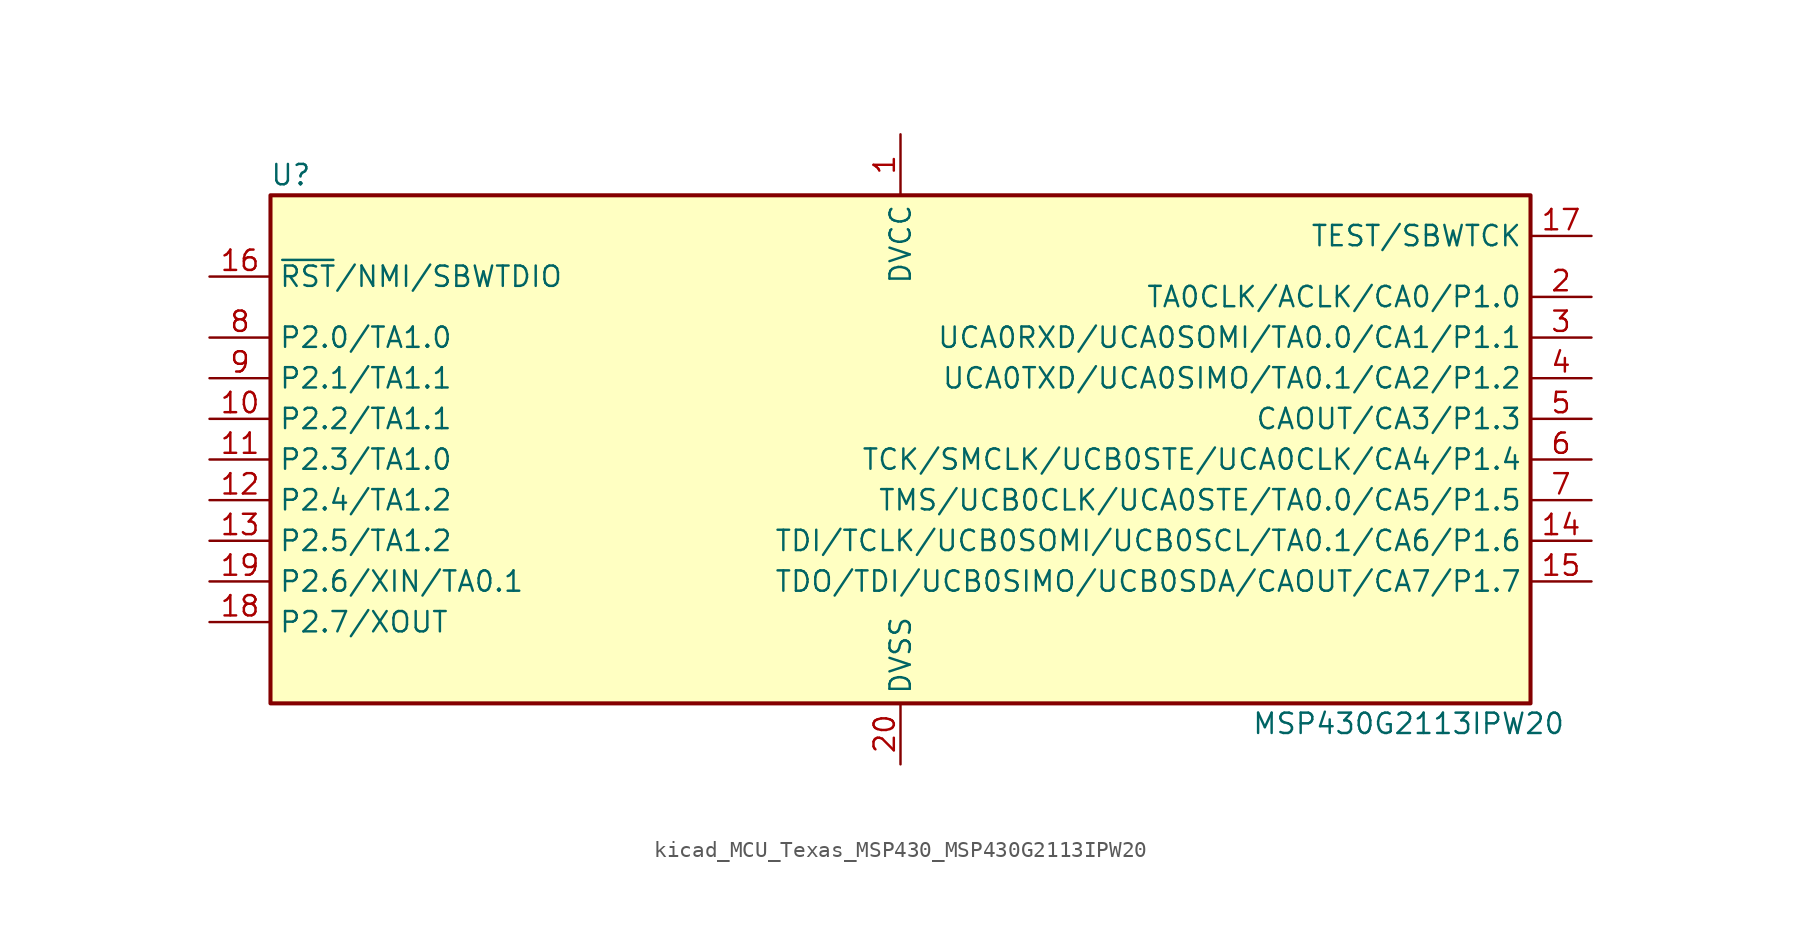
<source format=kicad_sym>
(kicad_symbol_lib
  (version 20220914)
  (generator kicad_symbol_editor)
  (symbol "kicad_MCU_Texas_MSP430_MSP430G2113IPW20"
    (property "Reference" "U"
      (at -38.1 17.78 0)
      (effects (font (size 1.27 1.27))))
    (property "Value" "MSP430G2113IPW20"
      (at 31.75 -16.51 0)
      (effects (font (size 1.27 1.27))))
    (symbol "kicad_MCU_Texas_MSP430_MSP430G2113IPW20_0_1"
      (rectangle (start -39.37 16.51) (end 39.37 -15.24) (stroke (width 0.254) (type default)) (fill (type background))))
    (symbol "kicad_MCU_Texas_MSP430_MSP430G2113IPW20_1_1"
      (pin power_in line (at 0 20.32 270) (length 3.81) (name "DVCC" (effects (font (size 1.27 1.27)))) (number "1" (effects (font (size 1.27 1.27)))))
      (pin bidirectional line (at -43.18 2.54 0) (length 3.81) (name "P2.2/TA1.1" (effects (font (size 1.27 1.27)))) (number "10" (effects (font (size 1.27 1.27)))))
      (pin bidirectional line (at -43.18 0 0) (length 3.81) (name "P2.3/TA1.0" (effects (font (size 1.27 1.27)))) (number "11" (effects (font (size 1.27 1.27)))))
      (pin bidirectional line (at -43.18 -2.54 0) (length 3.81) (name "P2.4/TA1.2" (effects (font (size 1.27 1.27)))) (number "12" (effects (font (size 1.27 1.27)))))
      (pin bidirectional line (at -43.18 -5.08 0) (length 3.81) (name "P2.5/TA1.2" (effects (font (size 1.27 1.27)))) (number "13" (effects (font (size 1.27 1.27)))))
      (pin bidirectional line (at 43.18 -5.08 180) (length 3.81) (name "TDI/TCLK/UCB0SOMI/UCB0SCL/TA0.1/CA6/P1.6" (effects (font (size 1.27 1.27)))) (number "14" (effects (font (size 1.27 1.27)))))
      (pin bidirectional line (at 43.18 -7.62 180) (length 3.81) (name "TDO/TDI/UCB0SIMO/UCB0SDA/CAOUT/CA7/P1.7" (effects (font (size 1.27 1.27)))) (number "15" (effects (font (size 1.27 1.27)))))
      (pin input line (at -43.18 11.43 0) (length 3.81) (name "~{RST}/NMI/SBWTDIO" (effects (font (size 1.27 1.27)))) (number "16" (effects (font (size 1.27 1.27)))))
      (pin input line (at 43.18 13.97 180) (length 3.81) (name "TEST/SBWTCK" (effects (font (size 1.27 1.27)))) (number "17" (effects (font (size 1.27 1.27)))))
      (pin bidirectional line (at -43.18 -10.16 0) (length 3.81) (name "P2.7/XOUT" (effects (font (size 1.27 1.27)))) (number "18" (effects (font (size 1.27 1.27)))))
      (pin bidirectional line (at -43.18 -7.62 0) (length 3.81) (name "P2.6/XIN/TA0.1" (effects (font (size 1.27 1.27)))) (number "19" (effects (font (size 1.27 1.27)))))
      (pin bidirectional line (at 43.18 10.16 180) (length 3.81) (name "TA0CLK/ACLK/CA0/P1.0" (effects (font (size 1.27 1.27)))) (number "2" (effects (font (size 1.27 1.27)))))
      (pin power_in line (at 0 -19.05 90) (length 3.81) (name "DVSS" (effects (font (size 1.27 1.27)))) (number "20" (effects (font (size 1.27 1.27)))))
      (pin bidirectional line (at 43.18 7.62 180) (length 3.81) (name "UCA0RXD/UCA0SOMI/TA0.0/CA1/P1.1" (effects (font (size 1.27 1.27)))) (number "3" (effects (font (size 1.27 1.27)))))
      (pin bidirectional line (at 43.18 5.08 180) (length 3.81) (name "UCA0TXD/UCA0SIMO/TA0.1/CA2/P1.2" (effects (font (size 1.27 1.27)))) (number "4" (effects (font (size 1.27 1.27)))))
      (pin bidirectional line (at 43.18 2.54 180) (length 3.81) (name "CAOUT/CA3/P1.3" (effects (font (size 1.27 1.27)))) (number "5" (effects (font (size 1.27 1.27)))))
      (pin bidirectional line (at 43.18 0 180) (length 3.81) (name "TCK/SMCLK/UCB0STE/UCA0CLK/CA4/P1.4" (effects (font (size 1.27 1.27)))) (number "6" (effects (font (size 1.27 1.27)))))
      (pin bidirectional line (at 43.18 -2.54 180) (length 3.81) (name "TMS/UCB0CLK/UCA0STE/TA0.0/CA5/P1.5" (effects (font (size 1.27 1.27)))) (number "7" (effects (font (size 1.27 1.27)))))
      (pin bidirectional line (at -43.18 7.62 0) (length 3.81) (name "P2.0/TA1.0" (effects (font (size 1.27 1.27)))) (number "8" (effects (font (size 1.27 1.27)))))
      (pin bidirectional line (at -43.18 5.08 0) (length 3.81) (name "P2.1/TA1.1" (effects (font (size 1.27 1.27)))) (number "9" (effects (font (size 1.27 1.27))))))))
</source>
